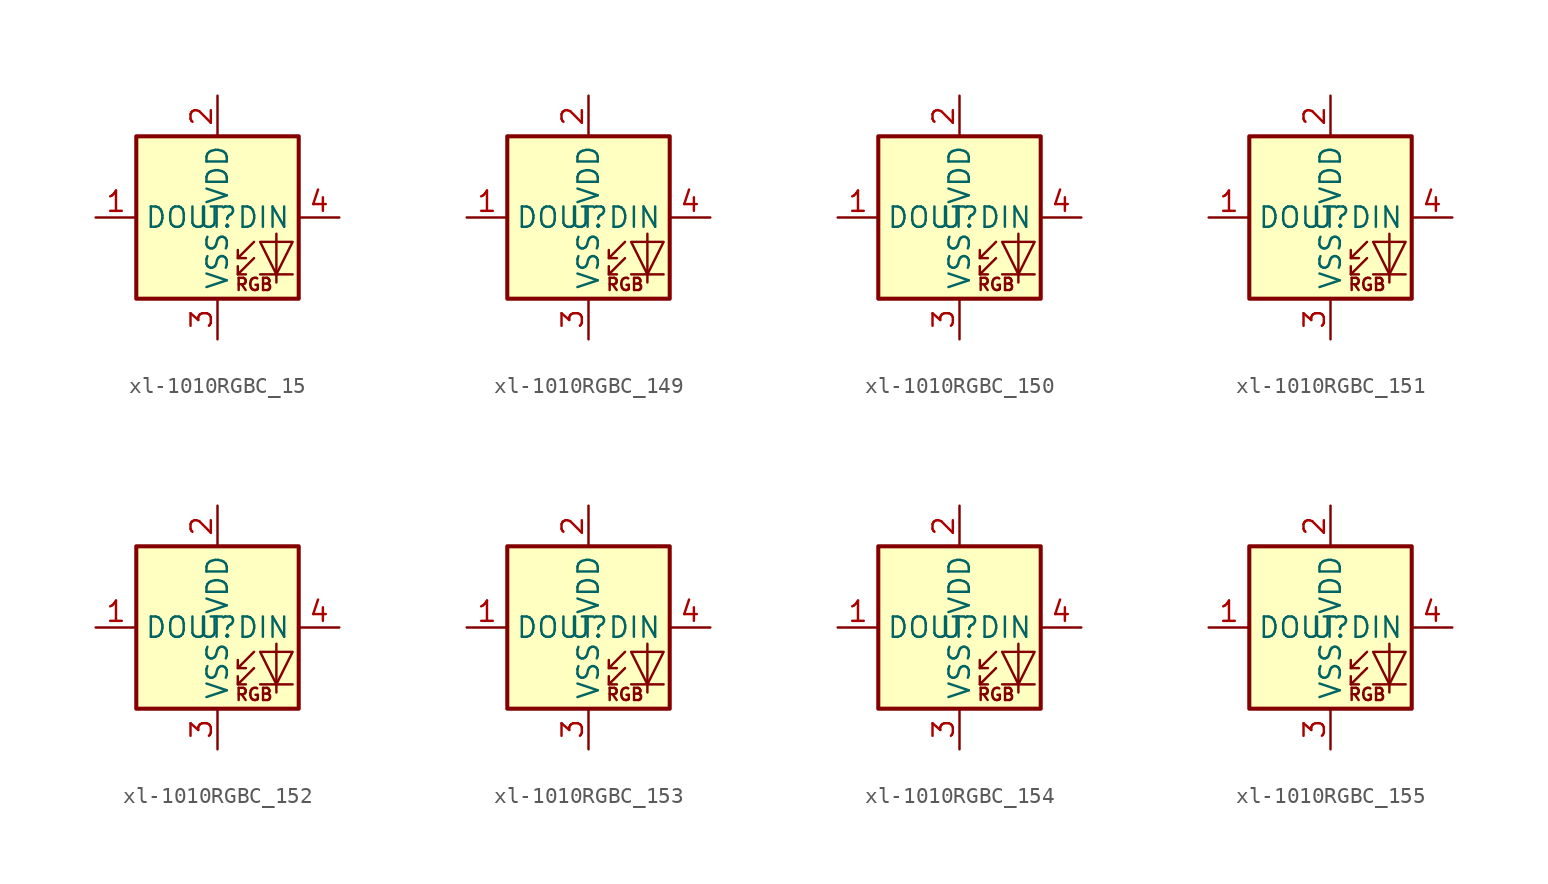
<source format=kicad_sym>
(kicad_symbol_lib
  (version 20231120)
  (generator "kicad_symbol_editor")
  (generator_version "8.0")
  (symbol "xl-1010RGBC_15"
    (property "Reference" "U"
      (at 0 0 0)
      (effects (font (size 1.27 1.27))))
    (property "Value" ""
      (at 0 0 0)
      (effects (font (size 1.27 1.27))))
    (symbol "xl-1010RGBC_15_0_0"
      (text "RGB" (at 2.286 -4.191 0) (effects (font (size 0.762 0.762)))))
    (symbol "xl-1010RGBC_15_0_1"
      (polyline (pts (xy 1.27 -3.556) (xy 1.778 -3.556)) (stroke (width 0) (type default)) (fill (type none)))
      (polyline (pts (xy 1.27 -2.54) (xy 1.778 -2.54)) (stroke (width 0) (type default)) (fill (type none)))
      (polyline (pts (xy 4.699 -3.556) (xy 2.667 -3.556)) (stroke (width 0) (type default)) (fill (type none)))
      (polyline (pts (xy 2.286 -2.54) (xy 1.27 -3.556) (xy 1.27 -3.048)) (stroke (width 0) (type default)) (fill (type none)))
      (polyline (pts (xy 2.286 -1.524) (xy 1.27 -2.54) (xy 1.27 -2.032)) (stroke (width 0) (type default)) (fill (type none)))
      (polyline (pts (xy 3.683 -1.016) (xy 3.683 -3.556) (xy 3.683 -4.064)) (stroke (width 0) (type default)) (fill (type none)))
      (polyline (pts (xy 4.699 -1.524) (xy 2.667 -1.524) (xy 3.683 -3.556) (xy 4.699 -1.524)) (stroke (width 0) (type default)) (fill (type none)))
      (rectangle (start 5.08 5.08) (end -5.08 -5.08) (stroke (width 0.254) (type default)) (fill (type background))))
    (symbol "xl-1010RGBC_15_1_1"
      (pin output line (at -7.62 0 0) (length 2.54) (name "DOUT" (effects (font (size 1.27 1.27)))) (number "1" (effects (font (size 1.27 1.27)))))
      (pin power_in line (at 0 7.62 270) (length 2.54) (name "VDD" (effects (font (size 1.27 1.27)))) (number "2" (effects (font (size 1.27 1.27)))))
      (pin power_in line (at 0 -7.62 90) (length 2.54) (name "VSS" (effects (font (size 1.27 1.27)))) (number "3" (effects (font (size 1.27 1.27)))))
      (pin input line (at 7.62 0 180) (length 2.54) (name "DIN" (effects (font (size 1.27 1.27)))) (number "4" (effects (font (size 1.27 1.27)))))))
  (symbol "xl-1010RGBC_149"
    (property "Reference" "U"
      (at 0 0 0)
      (effects (font (size 1.27 1.27))))
    (property "Value" ""
      (at 0 0 0)
      (effects (font (size 1.27 1.27))))
    (symbol "xl-1010RGBC_149_0_0"
      (text "RGB" (at 2.286 -4.191 0) (effects (font (size 0.762 0.762)))))
    (symbol "xl-1010RGBC_149_0_1"
      (polyline (pts (xy 1.27 -3.556) (xy 1.778 -3.556)) (stroke (width 0) (type default)) (fill (type none)))
      (polyline (pts (xy 1.27 -2.54) (xy 1.778 -2.54)) (stroke (width 0) (type default)) (fill (type none)))
      (polyline (pts (xy 4.699 -3.556) (xy 2.667 -3.556)) (stroke (width 0) (type default)) (fill (type none)))
      (polyline (pts (xy 2.286 -2.54) (xy 1.27 -3.556) (xy 1.27 -3.048)) (stroke (width 0) (type default)) (fill (type none)))
      (polyline (pts (xy 2.286 -1.524) (xy 1.27 -2.54) (xy 1.27 -2.032)) (stroke (width 0) (type default)) (fill (type none)))
      (polyline (pts (xy 3.683 -1.016) (xy 3.683 -3.556) (xy 3.683 -4.064)) (stroke (width 0) (type default)) (fill (type none)))
      (polyline (pts (xy 4.699 -1.524) (xy 2.667 -1.524) (xy 3.683 -3.556) (xy 4.699 -1.524)) (stroke (width 0) (type default)) (fill (type none)))
      (rectangle (start 5.08 5.08) (end -5.08 -5.08) (stroke (width 0.254) (type default)) (fill (type background))))
    (symbol "xl-1010RGBC_149_1_1"
      (pin output line (at -7.62 0 0) (length 2.54) (name "DOUT" (effects (font (size 1.27 1.27)))) (number "1" (effects (font (size 1.27 1.27)))))
      (pin power_in line (at 0 7.62 270) (length 2.54) (name "VDD" (effects (font (size 1.27 1.27)))) (number "2" (effects (font (size 1.27 1.27)))))
      (pin power_in line (at 0 -7.62 90) (length 2.54) (name "VSS" (effects (font (size 1.27 1.27)))) (number "3" (effects (font (size 1.27 1.27)))))
      (pin input line (at 7.62 0 180) (length 2.54) (name "DIN" (effects (font (size 1.27 1.27)))) (number "4" (effects (font (size 1.27 1.27)))))))
  (symbol "xl-1010RGBC_150"
    (property "Reference" "U"
      (at 0 0 0)
      (effects (font (size 1.27 1.27))))
    (property "Value" ""
      (at 0 0 0)
      (effects (font (size 1.27 1.27))))
    (symbol "xl-1010RGBC_150_0_0"
      (text "RGB" (at 2.286 -4.191 0) (effects (font (size 0.762 0.762)))))
    (symbol "xl-1010RGBC_150_0_1"
      (polyline (pts (xy 1.27 -3.556) (xy 1.778 -3.556)) (stroke (width 0) (type default)) (fill (type none)))
      (polyline (pts (xy 1.27 -2.54) (xy 1.778 -2.54)) (stroke (width 0) (type default)) (fill (type none)))
      (polyline (pts (xy 4.699 -3.556) (xy 2.667 -3.556)) (stroke (width 0) (type default)) (fill (type none)))
      (polyline (pts (xy 2.286 -2.54) (xy 1.27 -3.556) (xy 1.27 -3.048)) (stroke (width 0) (type default)) (fill (type none)))
      (polyline (pts (xy 2.286 -1.524) (xy 1.27 -2.54) (xy 1.27 -2.032)) (stroke (width 0) (type default)) (fill (type none)))
      (polyline (pts (xy 3.683 -1.016) (xy 3.683 -3.556) (xy 3.683 -4.064)) (stroke (width 0) (type default)) (fill (type none)))
      (polyline (pts (xy 4.699 -1.524) (xy 2.667 -1.524) (xy 3.683 -3.556) (xy 4.699 -1.524)) (stroke (width 0) (type default)) (fill (type none)))
      (rectangle (start 5.08 5.08) (end -5.08 -5.08) (stroke (width 0.254) (type default)) (fill (type background))))
    (symbol "xl-1010RGBC_150_1_1"
      (pin output line (at -7.62 0 0) (length 2.54) (name "DOUT" (effects (font (size 1.27 1.27)))) (number "1" (effects (font (size 1.27 1.27)))))
      (pin power_in line (at 0 7.62 270) (length 2.54) (name "VDD" (effects (font (size 1.27 1.27)))) (number "2" (effects (font (size 1.27 1.27)))))
      (pin power_in line (at 0 -7.62 90) (length 2.54) (name "VSS" (effects (font (size 1.27 1.27)))) (number "3" (effects (font (size 1.27 1.27)))))
      (pin input line (at 7.62 0 180) (length 2.54) (name "DIN" (effects (font (size 1.27 1.27)))) (number "4" (effects (font (size 1.27 1.27)))))))
  (symbol "xl-1010RGBC_151"
    (property "Reference" "U"
      (at 0 0 0)
      (effects (font (size 1.27 1.27))))
    (property "Value" ""
      (at 0 0 0)
      (effects (font (size 1.27 1.27))))
    (symbol "xl-1010RGBC_151_0_0"
      (text "RGB" (at 2.286 -4.191 0) (effects (font (size 0.762 0.762)))))
    (symbol "xl-1010RGBC_151_0_1"
      (polyline (pts (xy 1.27 -3.556) (xy 1.778 -3.556)) (stroke (width 0) (type default)) (fill (type none)))
      (polyline (pts (xy 1.27 -2.54) (xy 1.778 -2.54)) (stroke (width 0) (type default)) (fill (type none)))
      (polyline (pts (xy 4.699 -3.556) (xy 2.667 -3.556)) (stroke (width 0) (type default)) (fill (type none)))
      (polyline (pts (xy 2.286 -2.54) (xy 1.27 -3.556) (xy 1.27 -3.048)) (stroke (width 0) (type default)) (fill (type none)))
      (polyline (pts (xy 2.286 -1.524) (xy 1.27 -2.54) (xy 1.27 -2.032)) (stroke (width 0) (type default)) (fill (type none)))
      (polyline (pts (xy 3.683 -1.016) (xy 3.683 -3.556) (xy 3.683 -4.064)) (stroke (width 0) (type default)) (fill (type none)))
      (polyline (pts (xy 4.699 -1.524) (xy 2.667 -1.524) (xy 3.683 -3.556) (xy 4.699 -1.524)) (stroke (width 0) (type default)) (fill (type none)))
      (rectangle (start 5.08 5.08) (end -5.08 -5.08) (stroke (width 0.254) (type default)) (fill (type background))))
    (symbol "xl-1010RGBC_151_1_1"
      (pin output line (at -7.62 0 0) (length 2.54) (name "DOUT" (effects (font (size 1.27 1.27)))) (number "1" (effects (font (size 1.27 1.27)))))
      (pin power_in line (at 0 7.62 270) (length 2.54) (name "VDD" (effects (font (size 1.27 1.27)))) (number "2" (effects (font (size 1.27 1.27)))))
      (pin power_in line (at 0 -7.62 90) (length 2.54) (name "VSS" (effects (font (size 1.27 1.27)))) (number "3" (effects (font (size 1.27 1.27)))))
      (pin input line (at 7.62 0 180) (length 2.54) (name "DIN" (effects (font (size 1.27 1.27)))) (number "4" (effects (font (size 1.27 1.27)))))))
  (symbol "xl-1010RGBC_152"
    (property "Reference" "U"
      (at 0 0 0)
      (effects (font (size 1.27 1.27))))
    (property "Value" ""
      (at 0 0 0)
      (effects (font (size 1.27 1.27))))
    (symbol "xl-1010RGBC_152_0_0"
      (text "RGB" (at 2.286 -4.191 0) (effects (font (size 0.762 0.762)))))
    (symbol "xl-1010RGBC_152_0_1"
      (polyline (pts (xy 1.27 -3.556) (xy 1.778 -3.556)) (stroke (width 0) (type default)) (fill (type none)))
      (polyline (pts (xy 1.27 -2.54) (xy 1.778 -2.54)) (stroke (width 0) (type default)) (fill (type none)))
      (polyline (pts (xy 4.699 -3.556) (xy 2.667 -3.556)) (stroke (width 0) (type default)) (fill (type none)))
      (polyline (pts (xy 2.286 -2.54) (xy 1.27 -3.556) (xy 1.27 -3.048)) (stroke (width 0) (type default)) (fill (type none)))
      (polyline (pts (xy 2.286 -1.524) (xy 1.27 -2.54) (xy 1.27 -2.032)) (stroke (width 0) (type default)) (fill (type none)))
      (polyline (pts (xy 3.683 -1.016) (xy 3.683 -3.556) (xy 3.683 -4.064)) (stroke (width 0) (type default)) (fill (type none)))
      (polyline (pts (xy 4.699 -1.524) (xy 2.667 -1.524) (xy 3.683 -3.556) (xy 4.699 -1.524)) (stroke (width 0) (type default)) (fill (type none)))
      (rectangle (start 5.08 5.08) (end -5.08 -5.08) (stroke (width 0.254) (type default)) (fill (type background))))
    (symbol "xl-1010RGBC_152_1_1"
      (pin output line (at -7.62 0 0) (length 2.54) (name "DOUT" (effects (font (size 1.27 1.27)))) (number "1" (effects (font (size 1.27 1.27)))))
      (pin power_in line (at 0 7.62 270) (length 2.54) (name "VDD" (effects (font (size 1.27 1.27)))) (number "2" (effects (font (size 1.27 1.27)))))
      (pin power_in line (at 0 -7.62 90) (length 2.54) (name "VSS" (effects (font (size 1.27 1.27)))) (number "3" (effects (font (size 1.27 1.27)))))
      (pin input line (at 7.62 0 180) (length 2.54) (name "DIN" (effects (font (size 1.27 1.27)))) (number "4" (effects (font (size 1.27 1.27)))))))
  (symbol "xl-1010RGBC_153"
    (property "Reference" "U"
      (at 0 0 0)
      (effects (font (size 1.27 1.27))))
    (property "Value" ""
      (at 0 0 0)
      (effects (font (size 1.27 1.27))))
    (symbol "xl-1010RGBC_153_0_0"
      (text "RGB" (at 2.286 -4.191 0) (effects (font (size 0.762 0.762)))))
    (symbol "xl-1010RGBC_153_0_1"
      (polyline (pts (xy 1.27 -3.556) (xy 1.778 -3.556)) (stroke (width 0) (type default)) (fill (type none)))
      (polyline (pts (xy 1.27 -2.54) (xy 1.778 -2.54)) (stroke (width 0) (type default)) (fill (type none)))
      (polyline (pts (xy 4.699 -3.556) (xy 2.667 -3.556)) (stroke (width 0) (type default)) (fill (type none)))
      (polyline (pts (xy 2.286 -2.54) (xy 1.27 -3.556) (xy 1.27 -3.048)) (stroke (width 0) (type default)) (fill (type none)))
      (polyline (pts (xy 2.286 -1.524) (xy 1.27 -2.54) (xy 1.27 -2.032)) (stroke (width 0) (type default)) (fill (type none)))
      (polyline (pts (xy 3.683 -1.016) (xy 3.683 -3.556) (xy 3.683 -4.064)) (stroke (width 0) (type default)) (fill (type none)))
      (polyline (pts (xy 4.699 -1.524) (xy 2.667 -1.524) (xy 3.683 -3.556) (xy 4.699 -1.524)) (stroke (width 0) (type default)) (fill (type none)))
      (rectangle (start 5.08 5.08) (end -5.08 -5.08) (stroke (width 0.254) (type default)) (fill (type background))))
    (symbol "xl-1010RGBC_153_1_1"
      (pin output line (at -7.62 0 0) (length 2.54) (name "DOUT" (effects (font (size 1.27 1.27)))) (number "1" (effects (font (size 1.27 1.27)))))
      (pin power_in line (at 0 7.62 270) (length 2.54) (name "VDD" (effects (font (size 1.27 1.27)))) (number "2" (effects (font (size 1.27 1.27)))))
      (pin power_in line (at 0 -7.62 90) (length 2.54) (name "VSS" (effects (font (size 1.27 1.27)))) (number "3" (effects (font (size 1.27 1.27)))))
      (pin input line (at 7.62 0 180) (length 2.54) (name "DIN" (effects (font (size 1.27 1.27)))) (number "4" (effects (font (size 1.27 1.27)))))))
  (symbol "xl-1010RGBC_154"
    (property "Reference" "U"
      (at 0 0 0)
      (effects (font (size 1.27 1.27))))
    (property "Value" ""
      (at 0 0 0)
      (effects (font (size 1.27 1.27))))
    (symbol "xl-1010RGBC_154_0_0"
      (text "RGB" (at 2.286 -4.191 0) (effects (font (size 0.762 0.762)))))
    (symbol "xl-1010RGBC_154_0_1"
      (polyline (pts (xy 1.27 -3.556) (xy 1.778 -3.556)) (stroke (width 0) (type default)) (fill (type none)))
      (polyline (pts (xy 1.27 -2.54) (xy 1.778 -2.54)) (stroke (width 0) (type default)) (fill (type none)))
      (polyline (pts (xy 4.699 -3.556) (xy 2.667 -3.556)) (stroke (width 0) (type default)) (fill (type none)))
      (polyline (pts (xy 2.286 -2.54) (xy 1.27 -3.556) (xy 1.27 -3.048)) (stroke (width 0) (type default)) (fill (type none)))
      (polyline (pts (xy 2.286 -1.524) (xy 1.27 -2.54) (xy 1.27 -2.032)) (stroke (width 0) (type default)) (fill (type none)))
      (polyline (pts (xy 3.683 -1.016) (xy 3.683 -3.556) (xy 3.683 -4.064)) (stroke (width 0) (type default)) (fill (type none)))
      (polyline (pts (xy 4.699 -1.524) (xy 2.667 -1.524) (xy 3.683 -3.556) (xy 4.699 -1.524)) (stroke (width 0) (type default)) (fill (type none)))
      (rectangle (start 5.08 5.08) (end -5.08 -5.08) (stroke (width 0.254) (type default)) (fill (type background))))
    (symbol "xl-1010RGBC_154_1_1"
      (pin output line (at -7.62 0 0) (length 2.54) (name "DOUT" (effects (font (size 1.27 1.27)))) (number "1" (effects (font (size 1.27 1.27)))))
      (pin power_in line (at 0 7.62 270) (length 2.54) (name "VDD" (effects (font (size 1.27 1.27)))) (number "2" (effects (font (size 1.27 1.27)))))
      (pin power_in line (at 0 -7.62 90) (length 2.54) (name "VSS" (effects (font (size 1.27 1.27)))) (number "3" (effects (font (size 1.27 1.27)))))
      (pin input line (at 7.62 0 180) (length 2.54) (name "DIN" (effects (font (size 1.27 1.27)))) (number "4" (effects (font (size 1.27 1.27)))))))
  (symbol "xl-1010RGBC_155"
    (property "Reference" "U"
      (at 0 0 0)
      (effects (font (size 1.27 1.27))))
    (property "Value" ""
      (at 0 0 0)
      (effects (font (size 1.27 1.27))))
    (symbol "xl-1010RGBC_155_0_0"
      (text "RGB" (at 2.286 -4.191 0) (effects (font (size 0.762 0.762)))))
    (symbol "xl-1010RGBC_155_0_1"
      (polyline (pts (xy 1.27 -3.556) (xy 1.778 -3.556)) (stroke (width 0) (type default)) (fill (type none)))
      (polyline (pts (xy 1.27 -2.54) (xy 1.778 -2.54)) (stroke (width 0) (type default)) (fill (type none)))
      (polyline (pts (xy 4.699 -3.556) (xy 2.667 -3.556)) (stroke (width 0) (type default)) (fill (type none)))
      (polyline (pts (xy 2.286 -2.54) (xy 1.27 -3.556) (xy 1.27 -3.048)) (stroke (width 0) (type default)) (fill (type none)))
      (polyline (pts (xy 2.286 -1.524) (xy 1.27 -2.54) (xy 1.27 -2.032)) (stroke (width 0) (type default)) (fill (type none)))
      (polyline (pts (xy 3.683 -1.016) (xy 3.683 -3.556) (xy 3.683 -4.064)) (stroke (width 0) (type default)) (fill (type none)))
      (polyline (pts (xy 4.699 -1.524) (xy 2.667 -1.524) (xy 3.683 -3.556) (xy 4.699 -1.524)) (stroke (width 0) (type default)) (fill (type none)))
      (rectangle (start 5.08 5.08) (end -5.08 -5.08) (stroke (width 0.254) (type default)) (fill (type background))))
    (symbol "xl-1010RGBC_155_1_1"
      (pin output line (at -7.62 0 0) (length 2.54) (name "DOUT" (effects (font (size 1.27 1.27)))) (number "1" (effects (font (size 1.27 1.27)))))
      (pin power_in line (at 0 7.62 270) (length 2.54) (name "VDD" (effects (font (size 1.27 1.27)))) (number "2" (effects (font (size 1.27 1.27)))))
      (pin power_in line (at 0 -7.62 90) (length 2.54) (name "VSS" (effects (font (size 1.27 1.27)))) (number "3" (effects (font (size 1.27 1.27)))))
      (pin input line (at 7.62 0 180) (length 2.54) (name "DIN" (effects (font (size 1.27 1.27)))) (number "4" (effects (font (size 1.27 1.27))))))))
</source>
